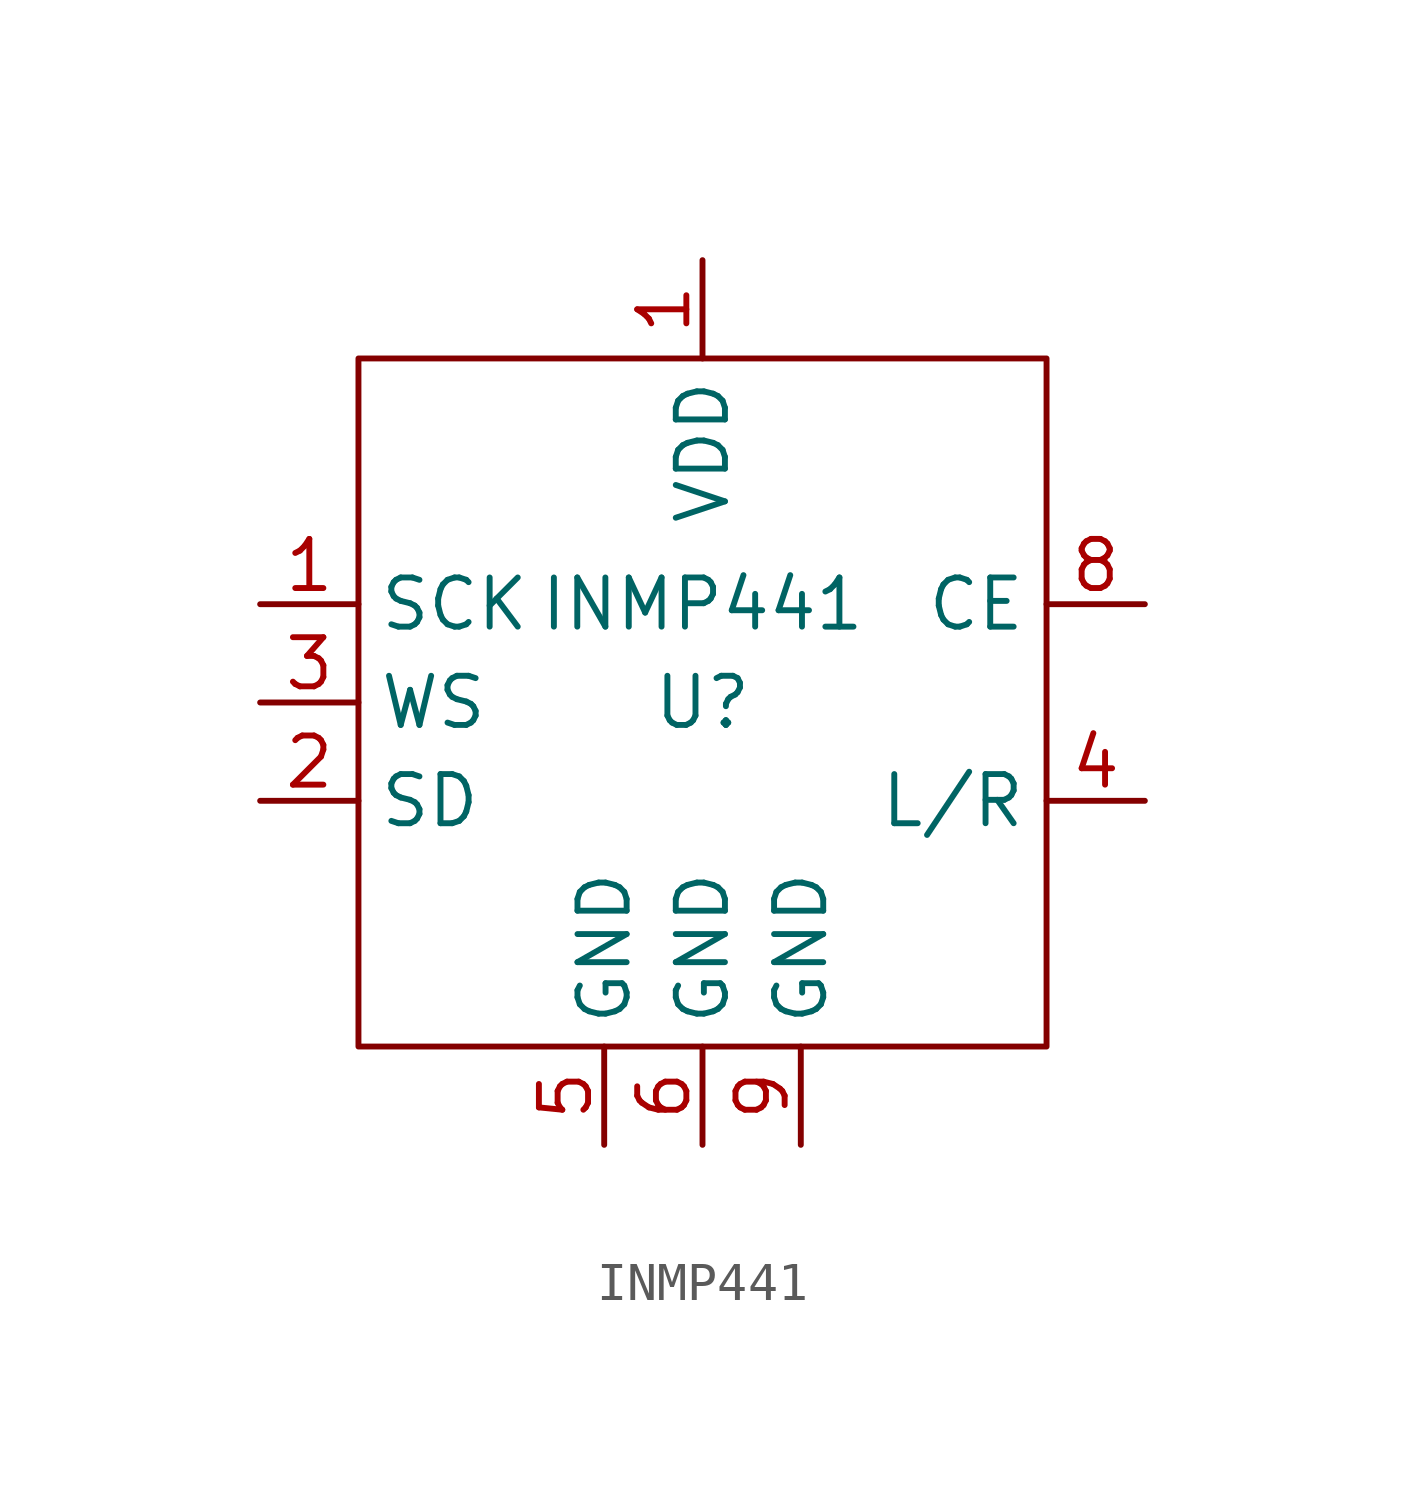
<source format=kicad_sym>
(kicad_symbol_lib
  (version 20211014)
  (generator kicad_symbol_editor)
  (symbol "INMP441"
    (property "Reference" "U"
      (at 0 0 0)
      (effects (font (size 1.27 1.27))))
    (property "Value" "INMP441"
      (at 0 2.54 0)
      (effects (font (size 1.27 1.27))))
    (symbol "INMP441_0_1"
      (rectangle (start -8.89 8.89) (end 8.89 -8.89) (stroke (width 0) (type default) (color 0 0 0 0)) (fill (type none))))
    (symbol "INMP441_1_1"
      (pin input line (at -11.43 2.54 0) (length 2.54) (name "SCK" (effects (font (size 1.27 1.27)))) (number "1" (effects (font (size 1.27 1.27)))))
      (pin input line (at 0 11.43 270) (length 2.54) (name "VDD" (effects (font (size 1.27 1.27)))) (number "1" (effects (font (size 1.27 1.27)))))
      (pin input line (at -11.43 -2.54 0) (length 2.54) (name "SD" (effects (font (size 1.27 1.27)))) (number "2" (effects (font (size 1.27 1.27)))))
      (pin input line (at -11.43 0 0) (length 2.54) (name "WS" (effects (font (size 1.27 1.27)))) (number "3" (effects (font (size 1.27 1.27)))))
      (pin input line (at 11.43 -2.54 180) (length 2.54) (name "L/R" (effects (font (size 1.27 1.27)))) (number "4" (effects (font (size 1.27 1.27)))))
      (pin input line (at -2.54 -11.43 90) (length 2.54) (name "GND" (effects (font (size 1.27 1.27)))) (number "5" (effects (font (size 1.27 1.27)))))
      (pin input line (at 0 -11.43 90) (length 2.54) (name "GND" (effects (font (size 1.27 1.27)))) (number "6" (effects (font (size 1.27 1.27)))))
      (pin input line (at 11.43 2.54 180) (length 2.54) (name "CE" (effects (font (size 1.27 1.27)))) (number "8" (effects (font (size 1.27 1.27)))))
      (pin input line (at 2.54 -11.43 90) (length 2.54) (name "GND" (effects (font (size 1.27 1.27)))) (number "9" (effects (font (size 1.27 1.27))))))))
</source>
